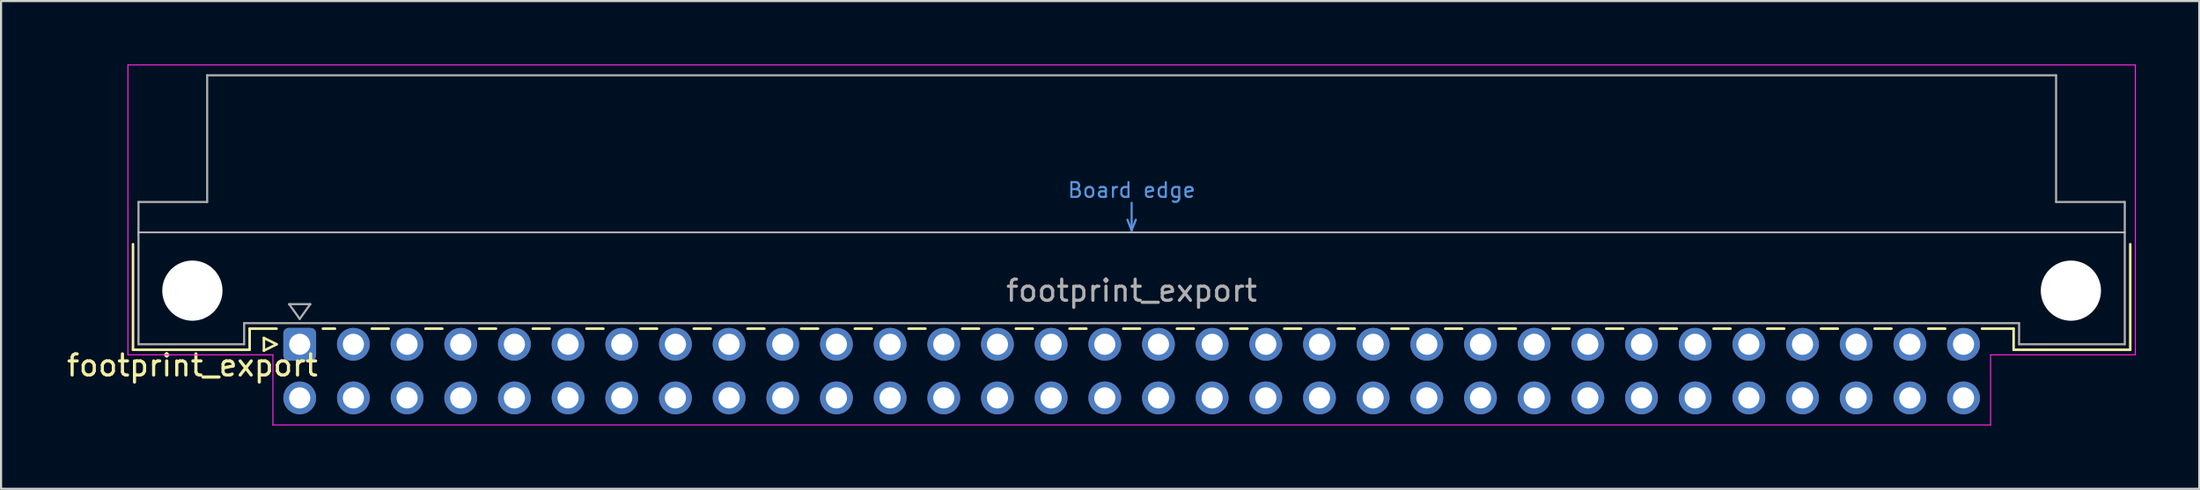
<source format=kicad_pcb>
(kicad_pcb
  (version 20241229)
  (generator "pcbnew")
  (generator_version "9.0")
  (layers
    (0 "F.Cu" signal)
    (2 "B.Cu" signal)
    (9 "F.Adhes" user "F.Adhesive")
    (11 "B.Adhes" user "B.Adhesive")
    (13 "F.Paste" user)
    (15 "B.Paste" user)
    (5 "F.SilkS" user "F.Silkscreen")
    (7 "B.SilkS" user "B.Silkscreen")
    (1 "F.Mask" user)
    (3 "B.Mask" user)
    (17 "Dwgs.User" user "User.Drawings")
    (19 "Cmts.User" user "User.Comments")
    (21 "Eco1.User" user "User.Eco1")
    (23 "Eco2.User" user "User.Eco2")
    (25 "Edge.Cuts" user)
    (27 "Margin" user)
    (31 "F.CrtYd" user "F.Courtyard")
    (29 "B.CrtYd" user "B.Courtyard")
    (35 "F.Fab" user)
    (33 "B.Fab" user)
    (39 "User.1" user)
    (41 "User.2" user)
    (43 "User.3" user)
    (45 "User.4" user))
  (footprint "footprint_export"
    (layer "F.Cu")
    (at 11.134 13.255)
    (property "Reference" "footprint_export" (at -5.08 1 0) (layer "F.SilkS") (effects (font (size 1 1) (thickness 0.15))))
    (attr through_hole)
    (fp_line (start -7.89 -4.74) (end -7.89 0.26) (stroke (width 0.12) (type solid)) (layer "F.SilkS"))
    (fp_line (start -7.89 0.26) (end -2.37 0.26) (stroke (width 0.12) (type solid)) (layer "F.SilkS"))
    (fp_line (start -2.371 -0.74) (end -1.095 -0.74) (stroke (width 0.12) (type solid)) (layer "F.SilkS"))
    (fp_line (start -2.37 0.26) (end -2.37 -0.74) (stroke (width 0.12) (type solid)) (layer "F.SilkS"))
    (fp_line (start -1.695 -0.3) (end -1.695 0.3) (stroke (width 0.12) (type solid)) (layer "F.SilkS"))
    (fp_line (start -1.695 0.3) (end -1.095 0) (stroke (width 0.12) (type solid)) (layer "F.SilkS"))
    (fp_line (start -1.095 0) (end -1.695 -0.3) (stroke (width 0.12) (type solid)) (layer "F.SilkS"))
    (fp_line (start 1.095 -0.74) (end 1.671 -0.74) (stroke (width 0.12) (type solid)) (layer "F.SilkS"))
    (fp_line (start 3.41 -0.74) (end 4.211 -0.74) (stroke (width 0.12) (type solid)) (layer "F.SilkS"))
    (fp_line (start 5.95 -0.74) (end 6.751 -0.74) (stroke (width 0.12) (type solid)) (layer "F.SilkS"))
    (fp_line (start 8.49 -0.74) (end 9.291 -0.74) (stroke (width 0.12) (type solid)) (layer "F.SilkS"))
    (fp_line (start 11.03 -0.74) (end 11.831 -0.74) (stroke (width 0.12) (type solid)) (layer "F.SilkS"))
    (fp_line (start 13.57 -0.74) (end 14.371 -0.74) (stroke (width 0.12) (type solid)) (layer "F.SilkS"))
    (fp_line (start 16.11 -0.74) (end 16.911 -0.74) (stroke (width 0.12) (type solid)) (layer "F.SilkS"))
    (fp_line (start 18.65 -0.74) (end 19.451 -0.74) (stroke (width 0.12) (type solid)) (layer "F.SilkS"))
    (fp_line (start 21.19 -0.74) (end 21.991 -0.74) (stroke (width 0.12) (type solid)) (layer "F.SilkS"))
    (fp_line (start 23.73 -0.74) (end 24.531 -0.74) (stroke (width 0.12) (type solid)) (layer "F.SilkS"))
    (fp_line (start 26.27 -0.74) (end 27.071 -0.74) (stroke (width 0.12) (type solid)) (layer "F.SilkS"))
    (fp_line (start 28.81 -0.74) (end 29.611 -0.74) (stroke (width 0.12) (type solid)) (layer "F.SilkS"))
    (fp_line (start 31.35 -0.74) (end 32.151 -0.74) (stroke (width 0.12) (type solid)) (layer "F.SilkS"))
    (fp_line (start 33.89 -0.74) (end 34.691 -0.74) (stroke (width 0.12) (type solid)) (layer "F.SilkS"))
    (fp_line (start 36.43 -0.74) (end 37.231 -0.74) (stroke (width 0.12) (type solid)) (layer "F.SilkS"))
    (fp_line (start 38.97 -0.74) (end 39.771 -0.74) (stroke (width 0.12) (type solid)) (layer "F.SilkS"))
    (fp_line (start 41.51 -0.74) (end 42.311 -0.74) (stroke (width 0.12) (type solid)) (layer "F.SilkS"))
    (fp_line (start 44.05 -0.74) (end 44.851 -0.74) (stroke (width 0.12) (type solid)) (layer "F.SilkS"))
    (fp_line (start 46.59 -0.74) (end 47.391 -0.74) (stroke (width 0.12) (type solid)) (layer "F.SilkS"))
    (fp_line (start 49.13 -0.74) (end 49.931 -0.74) (stroke (width 0.12) (type solid)) (layer "F.SilkS"))
    (fp_line (start 51.67 -0.74) (end 52.471 -0.74) (stroke (width 0.12) (type solid)) (layer "F.SilkS"))
    (fp_line (start 54.21 -0.74) (end 55.011 -0.74) (stroke (width 0.12) (type solid)) (layer "F.SilkS"))
    (fp_line (start 56.75 -0.74) (end 57.551 -0.74) (stroke (width 0.12) (type solid)) (layer "F.SilkS"))
    (fp_line (start 59.29 -0.74) (end 60.091 -0.74) (stroke (width 0.12) (type solid)) (layer "F.SilkS"))
    (fp_line (start 61.83 -0.74) (end 62.631 -0.74) (stroke (width 0.12) (type solid)) (layer "F.SilkS"))
    (fp_line (start 64.37 -0.74) (end 65.171 -0.74) (stroke (width 0.12) (type solid)) (layer "F.SilkS"))
    (fp_line (start 66.91 -0.74) (end 67.711 -0.74) (stroke (width 0.12) (type solid)) (layer "F.SilkS"))
    (fp_line (start 69.45 -0.74) (end 70.251 -0.74) (stroke (width 0.12) (type solid)) (layer "F.SilkS"))
    (fp_line (start 71.99 -0.74) (end 72.791 -0.74) (stroke (width 0.12) (type solid)) (layer "F.SilkS"))
    (fp_line (start 74.53 -0.74) (end 75.331 -0.74) (stroke (width 0.12) (type solid)) (layer "F.SilkS"))
    (fp_line (start 77.07 -0.74) (end 77.871 -0.74) (stroke (width 0.12) (type solid)) (layer "F.SilkS"))
    (fp_line (start 79.61 -0.74) (end 81.11 -0.74) (stroke (width 0.12) (type solid)) (layer "F.SilkS"))
    (fp_line (start 81.11 0.26) (end 81.11 -0.74) (stroke (width 0.12) (type solid)) (layer "F.SilkS"))
    (fp_line (start 86.63 -4.74) (end 86.63 0.26) (stroke (width 0.12) (type solid)) (layer "F.SilkS"))
    (fp_line (start 86.63 0.26) (end 81.11 0.26) (stroke (width 0.12) (type solid)) (layer "F.SilkS"))
    (fp_line (start -7.63 -5.3) (end 86.37 -5.3) (stroke (width 0.08) (type solid)) (layer "Dwgs.User"))
    (fp_line (start 39.17 -5.9) (end 39.37 -5.4) (stroke (width 0.1) (type solid)) (layer "Cmts.User"))
    (fp_line (start 39.37 -5.4) (end 39.37 -6.7) (stroke (width 0.1) (type solid)) (layer "Cmts.User"))
    (fp_line (start 39.37 -5.4) (end 39.57 -5.9) (stroke (width 0.1) (type solid)) (layer "Cmts.User"))
    (fp_line (start -8.13 -13.23) (end -8.13 0.5) (stroke (width 0.05) (type solid)) (layer "F.CrtYd"))
    (fp_line (start -8.13 0.5) (end -1.27 0.5) (stroke (width 0.05) (type solid)) (layer "F.CrtYd"))
    (fp_line (start -1.27 0.5) (end -1.27 3.82) (stroke (width 0.05) (type solid)) (layer "F.CrtYd"))
    (fp_line (start -1.27 3.82) (end 80.02 3.82) (stroke (width 0.05) (type solid)) (layer "F.CrtYd"))
    (fp_line (start 80.02 0.5) (end 86.87 0.5) (stroke (width 0.05) (type solid)) (layer "F.CrtYd"))
    (fp_line (start 80.02 3.82) (end 80.02 0.5) (stroke (width 0.05) (type solid)) (layer "F.CrtYd"))
    (fp_line (start 86.87 -13.23) (end -8.13 -13.23) (stroke (width 0.05) (type solid)) (layer "F.CrtYd"))
    (fp_line (start 86.87 0.5) (end 86.87 -13.23) (stroke (width 0.05) (type solid)) (layer "F.CrtYd"))
    (fp_line (start -7.63 -6.74) (end -7.63 0) (stroke (width 0.1) (type solid)) (layer "F.Fab"))
    (fp_line (start -7.63 0) (end -2.63 0) (stroke (width 0.1) (type solid)) (layer "F.Fab"))
    (fp_line (start -4.38 -12.74) (end -4.38 -6.74) (stroke (width 0.1) (type solid)) (layer "F.Fab"))
    (fp_line (start -4.38 -6.74) (end -7.63 -6.74) (stroke (width 0.1) (type solid)) (layer "F.Fab"))
    (fp_line (start -2.63 -1) (end 81.37 -1) (stroke (width 0.1) (type solid)) (layer "F.Fab"))
    (fp_line (start -2.63 0) (end -2.63 -1) (stroke (width 0.1) (type solid)) (layer "F.Fab"))
    (fp_line (start -0.5 -1.9) (end 0.5 -1.9) (stroke (width 0.1) (type solid)) (layer "F.Fab"))
    (fp_line (start 0 -1.2) (end -0.5 -1.9) (stroke (width 0.1) (type solid)) (layer "F.Fab"))
    (fp_line (start 0.5 -1.9) (end 0 -1.2) (stroke (width 0.1) (type solid)) (layer "F.Fab"))
    (fp_line (start 81.37 -1) (end 81.37 0) (stroke (width 0.1) (type solid)) (layer "F.Fab"))
    (fp_line (start 81.37 0) (end 86.37 0) (stroke (width 0.1) (type solid)) (layer "F.Fab"))
    (fp_line (start 83.12 -12.74) (end -4.38 -12.74) (stroke (width 0.1) (type solid)) (layer "F.Fab"))
    (fp_line (start 83.12 -6.74) (end 83.12 -12.74) (stroke (width 0.1) (type solid)) (layer "F.Fab"))
    (fp_line (start 86.37 -6.74) (end 83.12 -6.74) (stroke (width 0.1) (type solid)) (layer "F.Fab"))
    (fp_line (start 86.37 0) (end 86.37 -6.74) (stroke (width 0.1) (type solid)) (layer "F.Fab"))
    (fp_text user "Board edge" (at 39.37 -7.3 0) (layer "Cmts.User") (effects (font (size 0.7 0.7) (thickness 0.1))))
    (fp_text user "${REFERENCE}" (at 39.37 -2.54 0) (layer "F.Fab") (effects (font (size 1 1) (thickness 0.15))))
    (pad "" np_thru_hole circle (at -5.08 -2.54) (size 2.85 2.85) (drill 2.85) (layers "*.Cu" "*.Mask"))
    (pad "" np_thru_hole circle (at 83.82 -2.54) (size 2.85 2.85) (drill 2.85) (layers "*.Cu" "*.Mask"))
    (pad "a1" thru_hole roundrect (at 0 0) (size 1.55 1.55) (drill 1) (layers "*.Cu" "*.Mask") (roundrect_rratio 0.161))
    (pad "a2" thru_hole circle (at 2.54 0) (size 1.55 1.55) (drill 1) (layers "*.Cu" "*.Mask"))
    (pad "a3" thru_hole circle (at 5.08 0) (size 1.55 1.55) (drill 1) (layers "*.Cu" "*.Mask"))
    (pad "a4" thru_hole circle (at 7.62 0) (size 1.55 1.55) (drill 1) (layers "*.Cu" "*.Mask"))
    (pad "a5" thru_hole circle (at 10.16 0) (size 1.55 1.55) (drill 1) (layers "*.Cu" "*.Mask"))
    (pad "a6" thru_hole circle (at 12.7 0) (size 1.55 1.55) (drill 1) (layers "*.Cu" "*.Mask"))
    (pad "a7" thru_hole circle (at 15.24 0) (size 1.55 1.55) (drill 1) (layers "*.Cu" "*.Mask"))
    (pad "a8" thru_hole circle (at 17.78 0) (size 1.55 1.55) (drill 1) (layers "*.Cu" "*.Mask"))
    (pad "a9" thru_hole circle (at 20.32 0) (size 1.55 1.55) (drill 1) (layers "*.Cu" "*.Mask"))
    (pad "a10" thru_hole circle (at 22.86 0) (size 1.55 1.55) (drill 1) (layers "*.Cu" "*.Mask"))
    (pad "a11" thru_hole circle (at 25.4 0) (size 1.55 1.55) (drill 1) (layers "*.Cu" "*.Mask"))
    (pad "a12" thru_hole circle (at 27.94 0) (size 1.55 1.55) (drill 1) (layers "*.Cu" "*.Mask"))
    (pad "a13" thru_hole circle (at 30.48 0) (size 1.55 1.55) (drill 1) (layers "*.Cu" "*.Mask"))
    (pad "a14" thru_hole circle (at 33.02 0) (size 1.55 1.55) (drill 1) (layers "*.Cu" "*.Mask"))
    (pad "a15" thru_hole circle (at 35.56 0) (size 1.55 1.55) (drill 1) (layers "*.Cu" "*.Mask"))
    (pad "a16" thru_hole circle (at 38.1 0) (size 1.55 1.55) (drill 1) (layers "*.Cu" "*.Mask"))
    (pad "a17" thru_hole circle (at 40.64 0) (size 1.55 1.55) (drill 1) (layers "*.Cu" "*.Mask"))
    (pad "a18" thru_hole circle (at 43.18 0) (size 1.55 1.55) (drill 1) (layers "*.Cu" "*.Mask"))
    (pad "a19" thru_hole circle (at 45.72 0) (size 1.55 1.55) (drill 1) (layers "*.Cu" "*.Mask"))
    (pad "a20" thru_hole circle (at 48.26 0) (size 1.55 1.55) (drill 1) (layers "*.Cu" "*.Mask"))
    (pad "a21" thru_hole circle (at 50.8 0) (size 1.55 1.55) (drill 1) (layers "*.Cu" "*.Mask"))
    (pad "a22" thru_hole circle (at 53.34 0) (size 1.55 1.55) (drill 1) (layers "*.Cu" "*.Mask"))
    (pad "a23" thru_hole circle (at 55.88 0) (size 1.55 1.55) (drill 1) (layers "*.Cu" "*.Mask"))
    (pad "a24" thru_hole circle (at 58.42 0) (size 1.55 1.55) (drill 1) (layers "*.Cu" "*.Mask"))
    (pad "a25" thru_hole circle (at 60.96 0) (size 1.55 1.55) (drill 1) (layers "*.Cu" "*.Mask"))
    (pad "a26" thru_hole circle (at 63.5 0) (size 1.55 1.55) (drill 1) (layers "*.Cu" "*.Mask"))
    (pad "a27" thru_hole circle (at 66.04 0) (size 1.55 1.55) (drill 1) (layers "*.Cu" "*.Mask"))
    (pad "a28" thru_hole circle (at 68.58 0) (size 1.55 1.55) (drill 1) (layers "*.Cu" "*.Mask"))
    (pad "a29" thru_hole circle (at 71.12 0) (size 1.55 1.55) (drill 1) (layers "*.Cu" "*.Mask"))
    (pad "a30" thru_hole circle (at 73.66 0) (size 1.55 1.55) (drill 1) (layers "*.Cu" "*.Mask"))
    (pad "a31" thru_hole circle (at 76.2 0) (size 1.55 1.55) (drill 1) (layers "*.Cu" "*.Mask"))
    (pad "a32" thru_hole circle (at 78.74 0) (size 1.55 1.55) (drill 1) (layers "*.Cu" "*.Mask"))
    (pad "b1" thru_hole circle (at 0 2.54) (size 1.55 1.55) (drill 1) (layers "*.Cu" "*.Mask"))
    (pad "b2" thru_hole circle (at 2.54 2.54) (size 1.55 1.55) (drill 1) (layers "*.Cu" "*.Mask"))
    (pad "b3" thru_hole circle (at 5.08 2.54) (size 1.55 1.55) (drill 1) (layers "*.Cu" "*.Mask"))
    (pad "b4" thru_hole circle (at 7.62 2.54) (size 1.55 1.55) (drill 1) (layers "*.Cu" "*.Mask"))
    (pad "b5" thru_hole circle (at 10.16 2.54) (size 1.55 1.55) (drill 1) (layers "*.Cu" "*.Mask"))
    (pad "b6" thru_hole circle (at 12.7 2.54) (size 1.55 1.55) (drill 1) (layers "*.Cu" "*.Mask"))
    (pad "b7" thru_hole circle (at 15.24 2.54) (size 1.55 1.55) (drill 1) (layers "*.Cu" "*.Mask"))
    (pad "b8" thru_hole circle (at 17.78 2.54) (size 1.55 1.55) (drill 1) (layers "*.Cu" "*.Mask"))
    (pad "b9" thru_hole circle (at 20.32 2.54) (size 1.55 1.55) (drill 1) (layers "*.Cu" "*.Mask"))
    (pad "b10" thru_hole circle (at 22.86 2.54) (size 1.55 1.55) (drill 1) (layers "*.Cu" "*.Mask"))
    (pad "b11" thru_hole circle (at 25.4 2.54) (size 1.55 1.55) (drill 1) (layers "*.Cu" "*.Mask"))
    (pad "b12" thru_hole circle (at 27.94 2.54) (size 1.55 1.55) (drill 1) (layers "*.Cu" "*.Mask"))
    (pad "b13" thru_hole circle (at 30.48 2.54) (size 1.55 1.55) (drill 1) (layers "*.Cu" "*.Mask"))
    (pad "b14" thru_hole circle (at 33.02 2.54) (size 1.55 1.55) (drill 1) (layers "*.Cu" "*.Mask"))
    (pad "b15" thru_hole circle (at 35.56 2.54) (size 1.55 1.55) (drill 1) (layers "*.Cu" "*.Mask"))
    (pad "b16" thru_hole circle (at 38.1 2.54) (size 1.55 1.55) (drill 1) (layers "*.Cu" "*.Mask"))
    (pad "b17" thru_hole circle (at 40.64 2.54) (size 1.55 1.55) (drill 1) (layers "*.Cu" "*.Mask"))
    (pad "b18" thru_hole circle (at 43.18 2.54) (size 1.55 1.55) (drill 1) (layers "*.Cu" "*.Mask"))
    (pad "b19" thru_hole circle (at 45.72 2.54) (size 1.55 1.55) (drill 1) (layers "*.Cu" "*.Mask"))
    (pad "b20" thru_hole circle (at 48.26 2.54) (size 1.55 1.55) (drill 1) (layers "*.Cu" "*.Mask"))
    (pad "b21" thru_hole circle (at 50.8 2.54) (size 1.55 1.55) (drill 1) (layers "*.Cu" "*.Mask"))
    (pad "b22" thru_hole circle (at 53.34 2.54) (size 1.55 1.55) (drill 1) (layers "*.Cu" "*.Mask"))
    (pad "b23" thru_hole circle (at 55.88 2.54) (size 1.55 1.55) (drill 1) (layers "*.Cu" "*.Mask"))
    (pad "b24" thru_hole circle (at 58.42 2.54) (size 1.55 1.55) (drill 1) (layers "*.Cu" "*.Mask"))
    (pad "b25" thru_hole circle (at 60.96 2.54) (size 1.55 1.55) (drill 1) (layers "*.Cu" "*.Mask"))
    (pad "b26" thru_hole circle (at 63.5 2.54) (size 1.55 1.55) (drill 1) (layers "*.Cu" "*.Mask"))
    (pad "b27" thru_hole circle (at 66.04 2.54) (size 1.55 1.55) (drill 1) (layers "*.Cu" "*.Mask"))
    (pad "b28" thru_hole circle (at 68.58 2.54) (size 1.55 1.55) (drill 1) (layers "*.Cu" "*.Mask"))
    (pad "b29" thru_hole circle (at 71.12 2.54) (size 1.55 1.55) (drill 1) (layers "*.Cu" "*.Mask"))
    (pad "b30" thru_hole circle (at 73.66 2.54) (size 1.55 1.55) (drill 1) (layers "*.Cu" "*.Mask"))
    (pad "b31" thru_hole circle (at 76.2 2.54) (size 1.55 1.55) (drill 1) (layers "*.Cu" "*.Mask"))
    (pad "b32" thru_hole circle (at 78.74 2.54) (size 1.55 1.55) (drill 1) (layers "*.Cu" "*.Mask")))
  (gr_rect
    (start -3 -3)
    (end 101.029 20.1)
    (stroke (width 0.1) (type default))
    (fill no)
    (layer "Edge.Cuts")))
</source>
